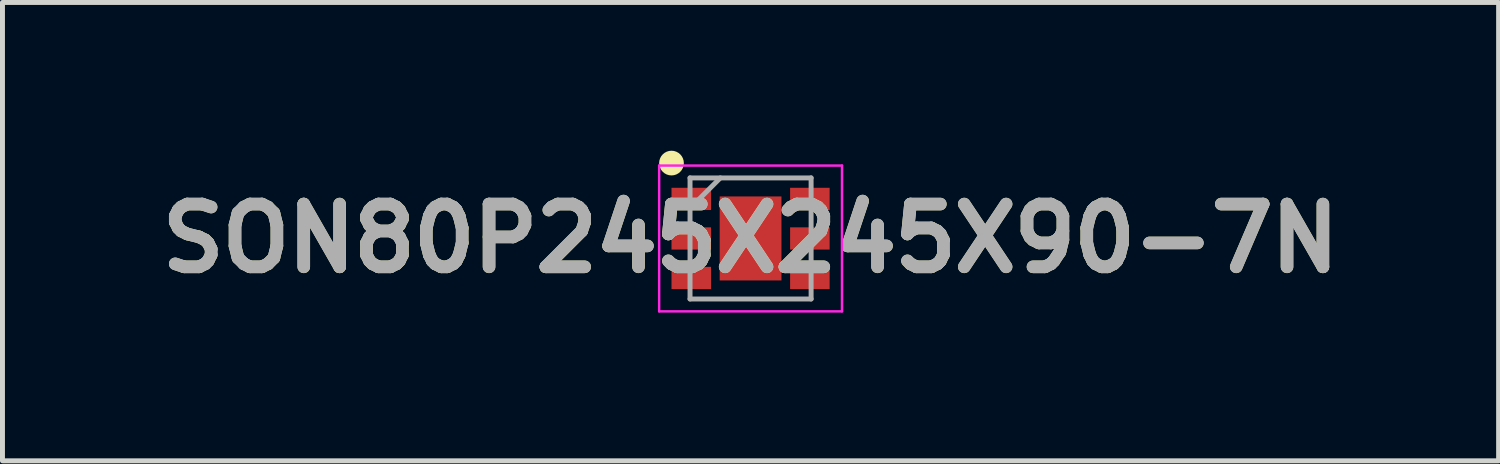
<source format=kicad_pcb>
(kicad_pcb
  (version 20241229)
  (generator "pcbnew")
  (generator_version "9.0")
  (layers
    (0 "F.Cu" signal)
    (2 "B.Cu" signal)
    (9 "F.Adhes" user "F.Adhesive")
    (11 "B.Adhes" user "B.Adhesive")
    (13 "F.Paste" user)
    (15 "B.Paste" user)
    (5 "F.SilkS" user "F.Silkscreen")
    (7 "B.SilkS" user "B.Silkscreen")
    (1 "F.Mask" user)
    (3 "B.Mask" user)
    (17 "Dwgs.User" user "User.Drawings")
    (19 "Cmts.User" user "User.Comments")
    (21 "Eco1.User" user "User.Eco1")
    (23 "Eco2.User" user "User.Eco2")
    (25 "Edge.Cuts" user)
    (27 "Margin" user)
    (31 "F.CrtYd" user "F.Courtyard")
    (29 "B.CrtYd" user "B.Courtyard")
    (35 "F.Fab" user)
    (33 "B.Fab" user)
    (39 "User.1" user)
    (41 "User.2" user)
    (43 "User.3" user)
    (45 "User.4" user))
  (footprint "SON80P245X245X90-7N"
    (layer "F.Cu")
    (at 12.138 1.775)
    (property "Reference" "SON80P245X245X90-7N" (at 0 0 0) (layer "F.SilkS") (effects (font (size 1.27 1.27) (thickness 0.254))))
    (attr smd)
    (fp_circle (center -1.6 -1.525) (end -1.6 -1.4) (stroke (width 0.25) (type solid)) (fill no) (layer "F.SilkS"))
    (fp_line (start -1.85 -1.475) (end 1.85 -1.475) (stroke (width 0.05) (type solid)) (layer "F.CrtYd"))
    (fp_line (start -1.85 1.475) (end -1.85 -1.475) (stroke (width 0.05) (type solid)) (layer "F.CrtYd"))
    (fp_line (start 1.85 -1.475) (end 1.85 1.475) (stroke (width 0.05) (type solid)) (layer "F.CrtYd"))
    (fp_line (start 1.85 1.475) (end -1.85 1.475) (stroke (width 0.05) (type solid)) (layer "F.CrtYd"))
    (fp_line (start -1.225 -1.225) (end 1.225 -1.225) (stroke (width 0.1) (type solid)) (layer "F.Fab"))
    (fp_line (start -1.225 -0.612) (end -0.612 -1.225) (stroke (width 0.1) (type solid)) (layer "F.Fab"))
    (fp_line (start -1.225 1.225) (end -1.225 -1.225) (stroke (width 0.1) (type solid)) (layer "F.Fab"))
    (fp_line (start 1.225 -1.225) (end 1.225 1.225) (stroke (width 0.1) (type solid)) (layer "F.Fab"))
    (fp_line (start 1.225 1.225) (end -1.225 1.225) (stroke (width 0.1) (type solid)) (layer "F.Fab"))
    (fp_text user "${REFERENCE}" (at 0 0 0) (layer "F.Fab") (effects (font (size 1.27 1.27) (thickness 0.254))))
    (pad "1" smd rect (at -1.2 -0.8 90) (size 0.45 0.8) (layers "F.Cu" "F.Mask" "F.Paste"))
    (pad "2" smd rect (at -1.2 0 90) (size 0.45 0.8) (layers "F.Cu" "F.Mask" "F.Paste"))
    (pad "3" smd rect (at -1.2 0.8 90) (size 0.45 0.8) (layers "F.Cu" "F.Mask" "F.Paste"))
    (pad "4" smd rect (at 1.2 0.8 90) (size 0.45 0.8) (layers "F.Cu" "F.Mask" "F.Paste"))
    (pad "5" smd rect (at 1.2 0 90) (size 0.45 0.8) (layers "F.Cu" "F.Mask" "F.Paste"))
    (pad "6" smd rect (at 1.2 -0.8 90) (size 0.45 0.8) (layers "F.Cu" "F.Mask" "F.Paste"))
    (pad "7" smd rect (at 0 0) (size 1.25 1.7) (layers "F.Cu" "F.Mask" "F.Paste")))
  (gr_rect
    (start -3 -3)
    (end 27.275 6.275)
    (stroke (width 0.1) (type default))
    (fill no)
    (layer "Edge.Cuts")))
</source>
